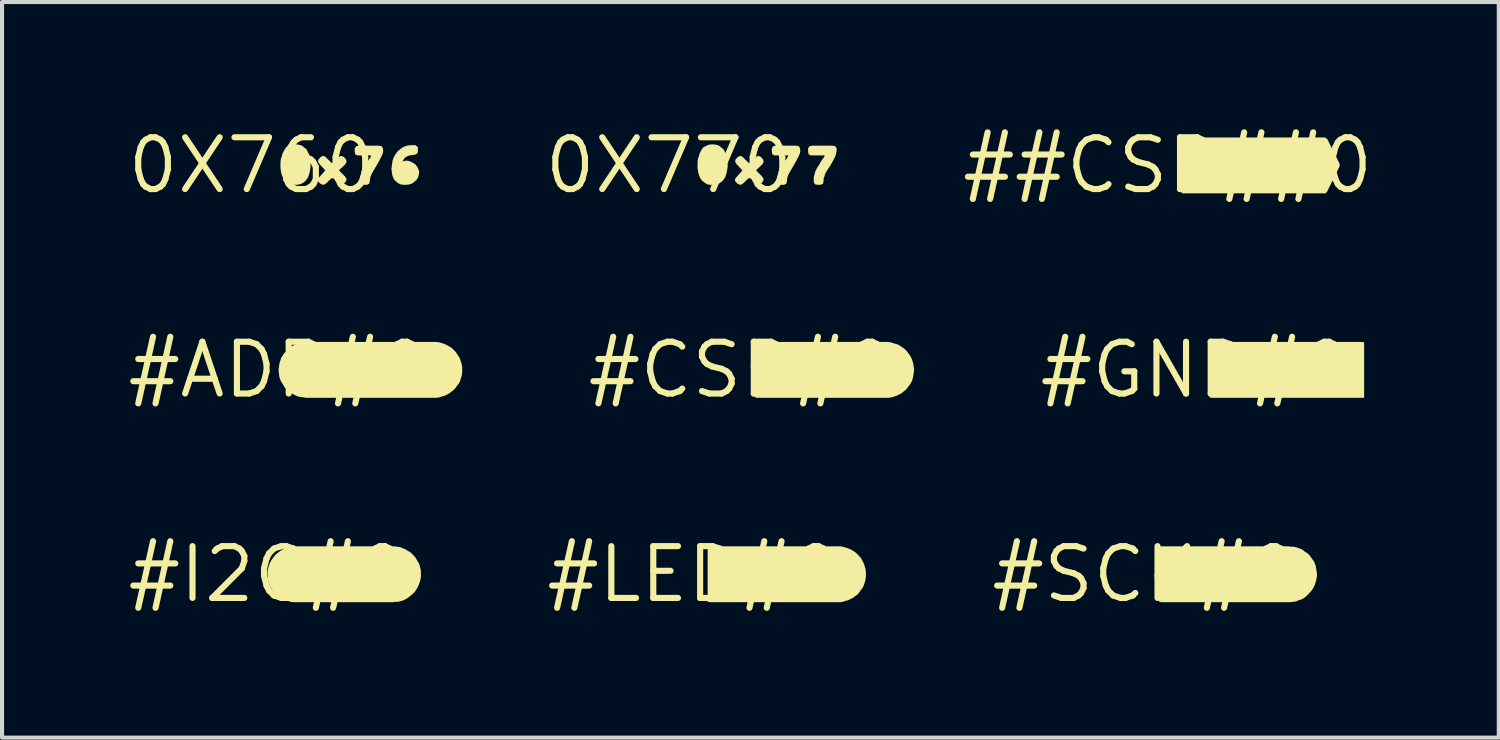
<source format=kicad_pcb>
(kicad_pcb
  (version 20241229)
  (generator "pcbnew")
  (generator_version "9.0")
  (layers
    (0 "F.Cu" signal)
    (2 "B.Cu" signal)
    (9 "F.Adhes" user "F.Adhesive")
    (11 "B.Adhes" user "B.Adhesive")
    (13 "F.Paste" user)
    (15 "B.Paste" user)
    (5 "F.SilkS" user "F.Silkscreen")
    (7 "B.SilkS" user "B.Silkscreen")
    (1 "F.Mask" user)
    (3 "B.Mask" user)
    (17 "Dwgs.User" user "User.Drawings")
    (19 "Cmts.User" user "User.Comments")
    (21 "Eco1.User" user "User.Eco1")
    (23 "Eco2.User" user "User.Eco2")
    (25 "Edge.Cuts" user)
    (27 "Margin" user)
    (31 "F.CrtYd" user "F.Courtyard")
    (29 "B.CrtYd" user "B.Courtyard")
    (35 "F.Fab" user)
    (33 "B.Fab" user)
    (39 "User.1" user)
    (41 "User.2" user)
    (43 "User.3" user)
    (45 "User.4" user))
  (footprint "#SCK#0"
    (layer "F.Cu")
    (at 25.029 11.031)
    (property "Reference" "#SCK#0" (at 0 0 0) (layer "F.SilkS") (effects (font (size 1.27 1.27) (thickness 0.15))))
    (fp_poly (pts (xy 3.52 -0.685) (xy 3.59 -0.675) (xy 3.651 -0.675) (xy 3.721 -0.655) (xy 3.782 -0.635) (xy 3.853 -0.604) (xy 3.903 -0.564) (xy 3.963 -0.524) (xy 4.014 -0.484) (xy 4.054 -0.433) (xy 4.094 -0.373) (xy 4.134 -0.323) (xy 4.165 -0.252) (xy 4.185 -0.191) (xy 4.195 -0.121) (xy 4.205 -0.061) (xy 4.215 0.01) (xy 4.205 0.081) (xy 4.195 0.141) (xy 4.175 0.211) (xy 4.155 0.272) (xy 4.124 0.333) (xy 4.084 0.393) (xy 4.044 0.443) (xy 3.994 0.494) (xy 3.943 0.544) (xy 3.893 0.584) (xy 3.832 0.615) (xy 3.772 0.635) (xy 3.701 0.665) (xy 3.631 0.675) (xy 3.57 0.685) (xy 0.389 0.685) (xy 0.335 0.663) (xy 0.335 -0.631) (xy 0.357 -0.685)) (stroke (width 0) (type default)) (fill yes) (layer "F.SilkS")))
  (footprint "0X760"
    (layer "F.Cu")
    (at 3.122 1.006)
    (property "Reference" "0X760" (at 0 0 0) (layer "F.SilkS") (effects (font (size 1.27 1.27) (thickness 0.15))))
    (fp_poly (pts (xy 2.263 -0.204) (xy 2.315 -0.142) (xy 2.325 -0.079) (xy 2.284 -0.017) (xy 2.137 0.12) (xy 2.284 0.267) (xy 2.325 0.329) (xy 2.315 0.382) (xy 2.263 0.444) (xy 2.2 0.475) (xy 2.147 0.454) (xy 2.097 0.404) (xy 1.998 0.315) (xy 1.952 0.315) (xy 1.853 0.414) (xy 1.792 0.465) (xy 1.739 0.475) (xy 1.677 0.444) (xy 1.625 0.382) (xy 1.625 0.328) (xy 1.676 0.267) (xy 1.766 0.167) (xy 1.803 0.12) (xy 1.666 -0.027) (xy 1.625 -0.089) (xy 1.635 -0.142) (xy 1.687 -0.204) (xy 1.75 -0.235) (xy 1.803 -0.214) (xy 1.864 -0.154) (xy 1.952 -0.065) (xy 1.998 -0.065) (xy 2.096 -0.164) (xy 2.147 -0.214) (xy 2.2 -0.235)) (stroke (width 0) (type default)) (fill yes) (layer "F.SilkS"))
    (fp_poly (pts (xy 3.183 -0.475) (xy 3.215 -0.422) (xy 3.225 -0.36) (xy 3.215 -0.299) (xy 3.185 -0.228) (xy 3.154 -0.168) (xy 3.124 -0.108) (xy 3.054 0.013) (xy 2.984 0.133) (xy 2.944 0.202) (xy 2.915 0.271) (xy 2.905 0.321) (xy 2.895 0.371) (xy 2.885 0.443) (xy 2.831 0.475) (xy 2.76 0.475) (xy 2.687 0.465) (xy 2.655 0.411) (xy 2.655 0.34) (xy 2.665 0.279) (xy 2.685 0.209) (xy 2.705 0.138) (xy 2.736 0.078) (xy 2.766 0.028) (xy 2.796 -0.033) (xy 2.836 -0.093) (xy 2.915 -0.202) (xy 2.924 -0.245) (xy 2.589 -0.245) (xy 2.535 -0.277) (xy 2.525 -0.35) (xy 2.525 -0.422) (xy 2.567 -0.475) (xy 2.63 -0.485) (xy 3.1 -0.485)) (stroke (width 0) (type default)) (fill yes) (layer "F.SilkS"))
    (fp_poly (pts (xy 1.171 -0.505) (xy 1.232 -0.484) (xy 1.293 -0.434) (xy 1.344 -0.393) (xy 1.405 -0.272) (xy 1.414 -0.204) (xy 1.424 -0.206) (xy 1.435 -0.13) (xy 1.435 -0.07) (xy 1.445 0.01) (xy 1.435 0.081) (xy 1.425 0.151) (xy 1.405 0.221) (xy 1.385 0.282) (xy 1.354 0.333) (xy 1.314 0.384) (xy 1.263 0.424) (xy 1.202 0.455) (xy 1.131 0.475) (xy 0.989 0.475) (xy 0.928 0.455) (xy 0.867 0.414) (xy 0.816 0.374) (xy 0.776 0.323) (xy 0.745 0.252) (xy 0.725 0.191) (xy 0.715 0.131) (xy 0.705 0.06) (xy 0.705 -0.09) (xy 0.715 -0.161) (xy 0.735 -0.221) (xy 0.755 -0.292) (xy 0.786 -0.352) (xy 0.816 -0.403) (xy 0.847 -0.444) (xy 0.968 -0.505) (xy 1.03 -0.515) (xy 1.11 -0.515)) (stroke (width 0) (type default)) (fill yes) (layer "F.SilkS"))
    (fp_poly (pts (xy 4.075 -0.442) (xy 4.075 -0.37) (xy 4.065 -0.297) (xy 4.012 -0.265) (xy 3.941 -0.255) (xy 3.871 -0.245) (xy 3.812 -0.225) (xy 3.754 -0.186) (xy 3.714 -0.127) (xy 3.698 -0.095) (xy 3.759 -0.115) (xy 3.831 -0.115) (xy 3.892 -0.095) (xy 3.953 -0.064) (xy 4.013 -0.024) (xy 4.054 0.027) (xy 4.085 0.088) (xy 4.105 0.149) (xy 4.105 0.17) (xy 4.095 0.241) (xy 4.075 0.302) (xy 4.034 0.363) (xy 3.983 0.404) (xy 3.932 0.444) (xy 3.871 0.465) (xy 3.8 0.475) (xy 3.72 0.475) (xy 3.648 0.465) (xy 3.587 0.434) (xy 3.537 0.394) (xy 3.496 0.353) (xy 3.465 0.292) (xy 3.445 0.231) (xy 3.435 0.161) (xy 3.425 0.09) (xy 3.435 0.009) (xy 3.445 -0.061) (xy 3.455 -0.121) (xy 3.475 -0.182) (xy 3.506 -0.243) (xy 3.546 -0.303) (xy 3.586 -0.354) (xy 3.637 -0.394) (xy 3.687 -0.434) (xy 3.748 -0.465) (xy 3.809 -0.485) (xy 3.88 -0.495) (xy 4.022 -0.495)) (stroke (width 0) (type default)) (fill yes) (layer "F.SilkS")))
  (footprint "#ADR#0"
    (layer "F.Cu")
    (at 3.787 6.019)
    (property "Reference" "#ADR#0" (at 0 0 0) (layer "F.SilkS") (effects (font (size 1.27 1.27) (thickness 0.15))))
    (fp_poly (pts (xy 1.257 0.052) (xy 1.211 0.075) (xy 1.15 0.075) (xy 1.093 0.064) (xy 1.147 -0.075) (xy 1.193 -0.075)) (stroke (width 0) (type default)) (fill yes) (layer "F.SilkS"))
    (fp_poly (pts (xy 3.342 -0.255) (xy 3.404 -0.224) (xy 3.435 -0.161) (xy 3.425 -0.088) (xy 3.372 -0.035) (xy 3.31 -0.025) (xy 3.169 -0.025) (xy 3.145 -0.037) (xy 3.145 -0.254) (xy 3.21 -0.265) (xy 3.28 -0.265)) (stroke (width 0) (type default)) (fill yes) (layer "F.SilkS"))
    (fp_poly (pts (xy 2.311 -0.245) (xy 2.373 -0.224) (xy 2.424 -0.173) (xy 2.464 -0.122) (xy 2.485 -0.061) (xy 2.495 0.01) (xy 2.475 0.082) (xy 2.444 0.143) (xy 2.404 0.194) (xy 2.352 0.234) (xy 2.321 0.245) (xy 2.115 0.245) (xy 2.115 -0.233) (xy 2.169 -0.255) (xy 2.24 -0.255)) (stroke (width 0) (type default)) (fill yes) (layer "F.SilkS"))
    (fp_poly (pts (xy 3.931 -0.675) (xy 4.001 -0.655) (xy 4.062 -0.635) (xy 4.183 -0.574) (xy 4.243 -0.534) (xy 4.294 -0.484) (xy 4.334 -0.443) (xy 4.374 -0.383) (xy 4.414 -0.323) (xy 4.445 -0.262) (xy 4.465 -0.201) (xy 4.485 -0.131) (xy 4.495 -0.07) (xy 4.495 0.07) (xy 4.485 0.141) (xy 4.465 0.201) (xy 4.445 0.272) (xy 4.414 0.333) (xy 4.374 0.383) (xy 4.334 0.443) (xy 4.283 0.494) (xy 4.233 0.534) (xy 4.183 0.574) (xy 4.062 0.635) (xy 3.991 0.655) (xy 3.931 0.675) (xy 3.86 0.685) (xy 0.673 0.685) (xy 0.672 0.685) (xy 0.67 0.685) (xy 0.66 0.685) (xy 0.661 0.684) (xy 0.609 0.675) (xy 0.539 0.665) (xy 0.468 0.655) (xy 0.287 0.564) (xy 0.237 0.524) (xy 0.186 0.474) (xy 0.136 0.423) (xy 0.106 0.363) (xy 0.066 0.303) (xy 0.035 0.242) (xy 0.015 0.181) (xy 0.005 0.111) (xy -0.005 0.04) (xy -0.005 -0.02) (xy 0.005 -0.091) (xy 0.015 -0.161) (xy 0.035 -0.221) (xy 0.055 -0.292) (xy 0.096 -0.353) (xy 0.126 -0.403) (xy 0.176 -0.453) (xy 0.216 -0.504) (xy 0.277 -0.554) (xy 0.328 -0.584) (xy 0.388 -0.615) (xy 0.458 -0.645) (xy 0.519 -0.665) (xy 0.589 -0.675) (xy 0.65 -0.685) (xy 3.86 -0.685)) (stroke (width 0) (type default)) (fill yes) (layer "F.SilkS")))
  (footprint "#GND#0"
    (layer "F.Cu")
    (at 26.273 6.019)
    (property "Reference" "#GND#0" (at 0 0 0) (layer "F.SilkS") (effects (font (size 1.27 1.27) (thickness 0.15))))
    (fp_poly (pts (xy 4.06 -0.685) (xy 4.125 -0.674) (xy 4.125 0.685) (xy 0.4 0.685) (xy 0.335 0.674) (xy 0.335 -0.685)) (stroke (width 0) (type default)) (fill yes) (layer "F.SilkS"))
    (fp_poly (pts (xy 3.283 -0.224) (xy 3.334 -0.184) (xy 3.374 -0.133) (xy 3.405 -0.072) (xy 3.415 0) (xy 3.405 0.072) (xy 3.374 0.133) (xy 3.334 0.183) (xy 3.283 0.234) (xy 3.251 0.245) (xy 3.046 0.245) (xy 3.035 0.18) (xy 3.035 -0.223) (xy 3.078 -0.255) (xy 3.221 -0.255)) (stroke (width 0) (type default)) (fill yes) (layer "F.SilkS")))
  (footprint "0X770"
    (layer "F.Cu")
    (at 13.349 1.006)
    (property "Reference" "0X770" (at 0 0 0) (layer "F.SilkS") (effects (font (size 1.27 1.27) (thickness 0.15))))
    (fp_poly (pts (xy 4.073 -0.475) (xy 4.115 -0.422) (xy 4.115 -0.36) (xy 4.105 -0.299) (xy 4.085 -0.228) (xy 4.024 -0.108) (xy 3.954 0.013) (xy 3.874 0.133) (xy 3.835 0.202) (xy 3.815 0.272) (xy 3.795 0.321) (xy 3.795 0.37) (xy 3.785 0.443) (xy 3.721 0.475) (xy 3.65 0.475) (xy 3.587 0.465) (xy 3.555 0.411) (xy 3.555 0.279) (xy 3.575 0.209) (xy 3.595 0.138) (xy 3.626 0.078) (xy 3.656 0.027) (xy 3.696 -0.033) (xy 3.726 -0.093) (xy 3.806 -0.202) (xy 3.823 -0.245) (xy 3.479 -0.245) (xy 3.425 -0.277) (xy 3.415 -0.35) (xy 3.415 -0.422) (xy 3.457 -0.475) (xy 3.53 -0.485) (xy 4 -0.485)) (stroke (width 0) (type default)) (fill yes) (layer "F.SilkS"))
    (fp_poly (pts (xy 2.263 -0.204) (xy 2.315 -0.142) (xy 2.325 -0.079) (xy 2.284 -0.017) (xy 2.137 0.12) (xy 2.284 0.267) (xy 2.325 0.329) (xy 2.315 0.382) (xy 2.263 0.444) (xy 2.2 0.475) (xy 2.147 0.454) (xy 2.097 0.404) (xy 1.998 0.315) (xy 1.952 0.315) (xy 1.853 0.414) (xy 1.792 0.465) (xy 1.739 0.475) (xy 1.677 0.444) (xy 1.625 0.382) (xy 1.625 0.328) (xy 1.676 0.267) (xy 1.766 0.167) (xy 1.803 0.12) (xy 1.666 -0.027) (xy 1.625 -0.089) (xy 1.635 -0.142) (xy 1.687 -0.204) (xy 1.75 -0.235) (xy 1.803 -0.214) (xy 1.864 -0.154) (xy 1.952 -0.065) (xy 1.998 -0.065) (xy 2.096 -0.164) (xy 2.147 -0.214) (xy 2.2 -0.235)) (stroke (width 0) (type default)) (fill yes) (layer "F.SilkS"))
    (fp_poly (pts (xy 3.183 -0.475) (xy 3.215 -0.422) (xy 3.225 -0.36) (xy 3.215 -0.299) (xy 3.185 -0.228) (xy 3.154 -0.168) (xy 3.124 -0.108) (xy 3.054 0.013) (xy 2.984 0.133) (xy 2.944 0.202) (xy 2.915 0.271) (xy 2.905 0.321) (xy 2.895 0.371) (xy 2.885 0.443) (xy 2.831 0.475) (xy 2.76 0.475) (xy 2.687 0.465) (xy 2.655 0.411) (xy 2.655 0.34) (xy 2.665 0.279) (xy 2.685 0.209) (xy 2.705 0.138) (xy 2.736 0.078) (xy 2.766 0.028) (xy 2.796 -0.033) (xy 2.836 -0.093) (xy 2.915 -0.202) (xy 2.924 -0.245) (xy 2.589 -0.245) (xy 2.535 -0.277) (xy 2.525 -0.35) (xy 2.525 -0.422) (xy 2.567 -0.475) (xy 2.63 -0.485) (xy 3.1 -0.485)) (stroke (width 0) (type default)) (fill yes) (layer "F.SilkS"))
    (fp_poly (pts (xy 1.171 -0.505) (xy 1.232 -0.484) (xy 1.293 -0.434) (xy 1.344 -0.393) (xy 1.405 -0.272) (xy 1.414 -0.204) (xy 1.424 -0.206) (xy 1.435 -0.13) (xy 1.435 -0.07) (xy 1.445 0.01) (xy 1.435 0.081) (xy 1.425 0.151) (xy 1.405 0.221) (xy 1.385 0.282) (xy 1.354 0.333) (xy 1.314 0.384) (xy 1.263 0.424) (xy 1.202 0.455) (xy 1.131 0.475) (xy 0.989 0.475) (xy 0.928 0.455) (xy 0.867 0.414) (xy 0.816 0.374) (xy 0.776 0.323) (xy 0.745 0.252) (xy 0.725 0.191) (xy 0.715 0.131) (xy 0.705 0.06) (xy 0.705 -0.09) (xy 0.715 -0.161) (xy 0.735 -0.221) (xy 0.755 -0.292) (xy 0.786 -0.352) (xy 0.816 -0.403) (xy 0.847 -0.444) (xy 0.968 -0.505) (xy 1.03 -0.515) (xy 1.11 -0.515)) (stroke (width 0) (type default)) (fill yes) (layer "F.SilkS")))
  (footprint "#CSB#0"
    (layer "F.Cu")
    (at 15.13 6.019)
    (property "Reference" "#CSB#0" (at 0 0 0) (layer "F.SilkS") (effects (font (size 1.27 1.27) (thickness 0.15))))
    (fp_poly (pts (xy 3.145 -0.223) (xy 3.145 -0.147) (xy 3.102 -0.115) (xy 3.022 -0.105) (xy 2.985 -0.068) (xy 2.985 0.009) (xy 3.004 0.055) (xy 3.143 0.075) (xy 3.175 0.129) (xy 3.175 0.192) (xy 3.132 0.245) (xy 2.929 0.245) (xy 2.875 0.223) (xy 2.875 -0.255) (xy 3.091 -0.255)) (stroke (width 0) (type default)) (fill yes) (layer "F.SilkS"))
    (fp_poly (pts (xy 3.59 -0.685) (xy 3.661 -0.675) (xy 3.721 -0.655) (xy 3.791 -0.635) (xy 3.852 -0.615) (xy 3.973 -0.534) (xy 4.024 -0.494) (xy 4.064 -0.443) (xy 4.104 -0.393) (xy 4.144 -0.333) (xy 4.175 -0.272) (xy 4.195 -0.211) (xy 4.215 -0.141) (xy 4.225 -0.071) (xy 4.235 -0.01) (xy 4.225 0.061) (xy 4.215 0.131) (xy 4.205 0.191) (xy 4.185 0.262) (xy 4.154 0.323) (xy 4.114 0.383) (xy 4.074 0.433) (xy 4.034 0.484) (xy 3.973 0.534) (xy 3.923 0.574) (xy 3.802 0.635) (xy 3.741 0.655) (xy 3.671 0.675) (xy 3.6 0.685) (xy 0.346 0.685) (xy 0.335 0.62) (xy 0.335 -0.674) (xy 0.39 -0.685)) (stroke (width 0) (type default)) (fill yes) (layer "F.SilkS")))
  (footprint "#LED#0"
    (layer "F.Cu")
    (at 13.966 11.031)
    (property "Reference" "#LED#0" (at 0 0 0) (layer "F.SilkS") (effects (font (size 1.27 1.27) (thickness 0.15))))
    (fp_poly (pts (xy 3.033 -0.224) (xy 3.084 -0.184) (xy 3.124 -0.133) (xy 3.155 -0.072) (xy 3.165 0) (xy 3.155 0.072) (xy 3.124 0.133) (xy 3.084 0.183) (xy 3.033 0.234) (xy 3.001 0.245) (xy 2.796 0.245) (xy 2.785 0.18) (xy 2.785 -0.223) (xy 2.828 -0.255) (xy 2.971 -0.255)) (stroke (width 0) (type default)) (fill yes) (layer "F.SilkS"))
    (fp_poly (pts (xy 3.59 -0.685) (xy 3.651 -0.675) (xy 3.721 -0.655) (xy 3.782 -0.635) (xy 3.852 -0.604) (xy 3.903 -0.574) (xy 3.963 -0.534) (xy 4.014 -0.484) (xy 4.064 -0.433) (xy 4.104 -0.383) (xy 4.165 -0.262) (xy 4.185 -0.201) (xy 4.205 -0.131) (xy 4.215 -0.06) (xy 4.215 0.07) (xy 4.205 0.141) (xy 4.185 0.201) (xy 4.165 0.272) (xy 4.134 0.333) (xy 4.094 0.383) (xy 4.054 0.443) (xy 4.013 0.494) (xy 3.953 0.534) (xy 3.903 0.574) (xy 3.782 0.635) (xy 3.711 0.655) (xy 3.651 0.675) (xy 3.58 0.685) (xy 0.4 0.685) (xy 0.335 0.674) (xy 0.335 -0.685)) (stroke (width 0) (type default)) (fill yes) (layer "F.SilkS")))
  (footprint "#I2C#0"
    (layer "F.Cu")
    (at 3.515 11.031)
    (property "Reference" "#I2C#0" (at 0 0 0) (layer "F.SilkS") (effects (font (size 1.27 1.27) (thickness 0.15))))
    (fp_poly (pts (xy 3.11 -0.685) (xy 3.181 -0.675) (xy 3.252 -0.665) (xy 3.312 -0.635) (xy 3.372 -0.615) (xy 3.433 -0.574) (xy 3.493 -0.544) (xy 3.544 -0.494) (xy 3.594 -0.443) (xy 3.634 -0.393) (xy 3.664 -0.333) (xy 3.705 -0.272) (xy 3.725 -0.211) (xy 3.745 -0.141) (xy 3.755 -0.08) (xy 3.755 0.06) (xy 3.745 0.131) (xy 3.725 0.192) (xy 3.705 0.252) (xy 3.674 0.322) (xy 3.644 0.373) (xy 3.604 0.433) (xy 3.553 0.484) (xy 3.503 0.524) (xy 3.453 0.564) (xy 3.393 0.604) (xy 3.332 0.635) (xy 3.271 0.655) (xy 3.201 0.675) (xy 3.13 0.675) (xy 3.07 0.685) (xy 0.63 0.685) (xy 0.559 0.675) (xy 0.499 0.655) (xy 0.428 0.635) (xy 0.307 0.574) (xy 0.257 0.534) (xy 0.207 0.494) (xy 0.156 0.443) (xy 0.116 0.383) (xy 0.076 0.323) (xy 0.045 0.262) (xy 0.025 0.201) (xy 0.005 0.131) (xy -0.005 0.07) (xy -0.005 -0.07) (xy 0.005 -0.131) (xy 0.025 -0.201) (xy 0.045 -0.262) (xy 0.076 -0.323) (xy 0.116 -0.383) (xy 0.156 -0.443) (xy 0.207 -0.494) (xy 0.257 -0.534) (xy 0.307 -0.574) (xy 0.428 -0.635) (xy 0.499 -0.655) (xy 0.559 -0.675) (xy 0.63 -0.685)) (stroke (width 0) (type default)) (fill yes) (layer "F.SilkS")))
  (footprint "##CSB##0"
    (layer "F.Cu")
    (at 25.581 1.006)
    (property "Reference" "##CSB##0" (at 0 0 0) (layer "F.SilkS") (effects (font (size 1.27 1.27) (thickness 0.15))))
    (fp_poly (pts (xy 3.862 -0.685) (xy 3.914 -0.643) (xy 4.215 -0.041) (xy 4.215 0.021) (xy 3.914 0.633) (xy 3.872 0.685) (xy 0.346 0.685) (xy 0.335 0.62) (xy 0.335 -0.663) (xy 0.389 -0.685)) (stroke (width 0) (type default)) (fill yes) (layer "F.SilkS"))
    (fp_poly (pts (xy 3.081 -0.115) (xy 3.135 -0.094) (xy 3.145 -0.019) (xy 3.112 0.025) (xy 3.031 0.025) (xy 2.985 0.053) (xy 2.975 0.129) (xy 3.003 0.185) (xy 3.061 0.195) (xy 3.133 0.205) (xy 3.175 0.258) (xy 3.175 0.321) (xy 3.143 0.375) (xy 3.07 0.385) (xy 2.93 0.385) (xy 2.875 0.374) (xy 2.875 -0.114) (xy 2.94 -0.125)) (stroke (width 0) (type default)) (fill yes) (layer "F.SilkS")))
  (gr_rect
    (start -3 -3)
    (end 33.699 15.037)
    (stroke (width 0.1) (type default))
    (fill no)
    (layer "Edge.Cuts")))
</source>
